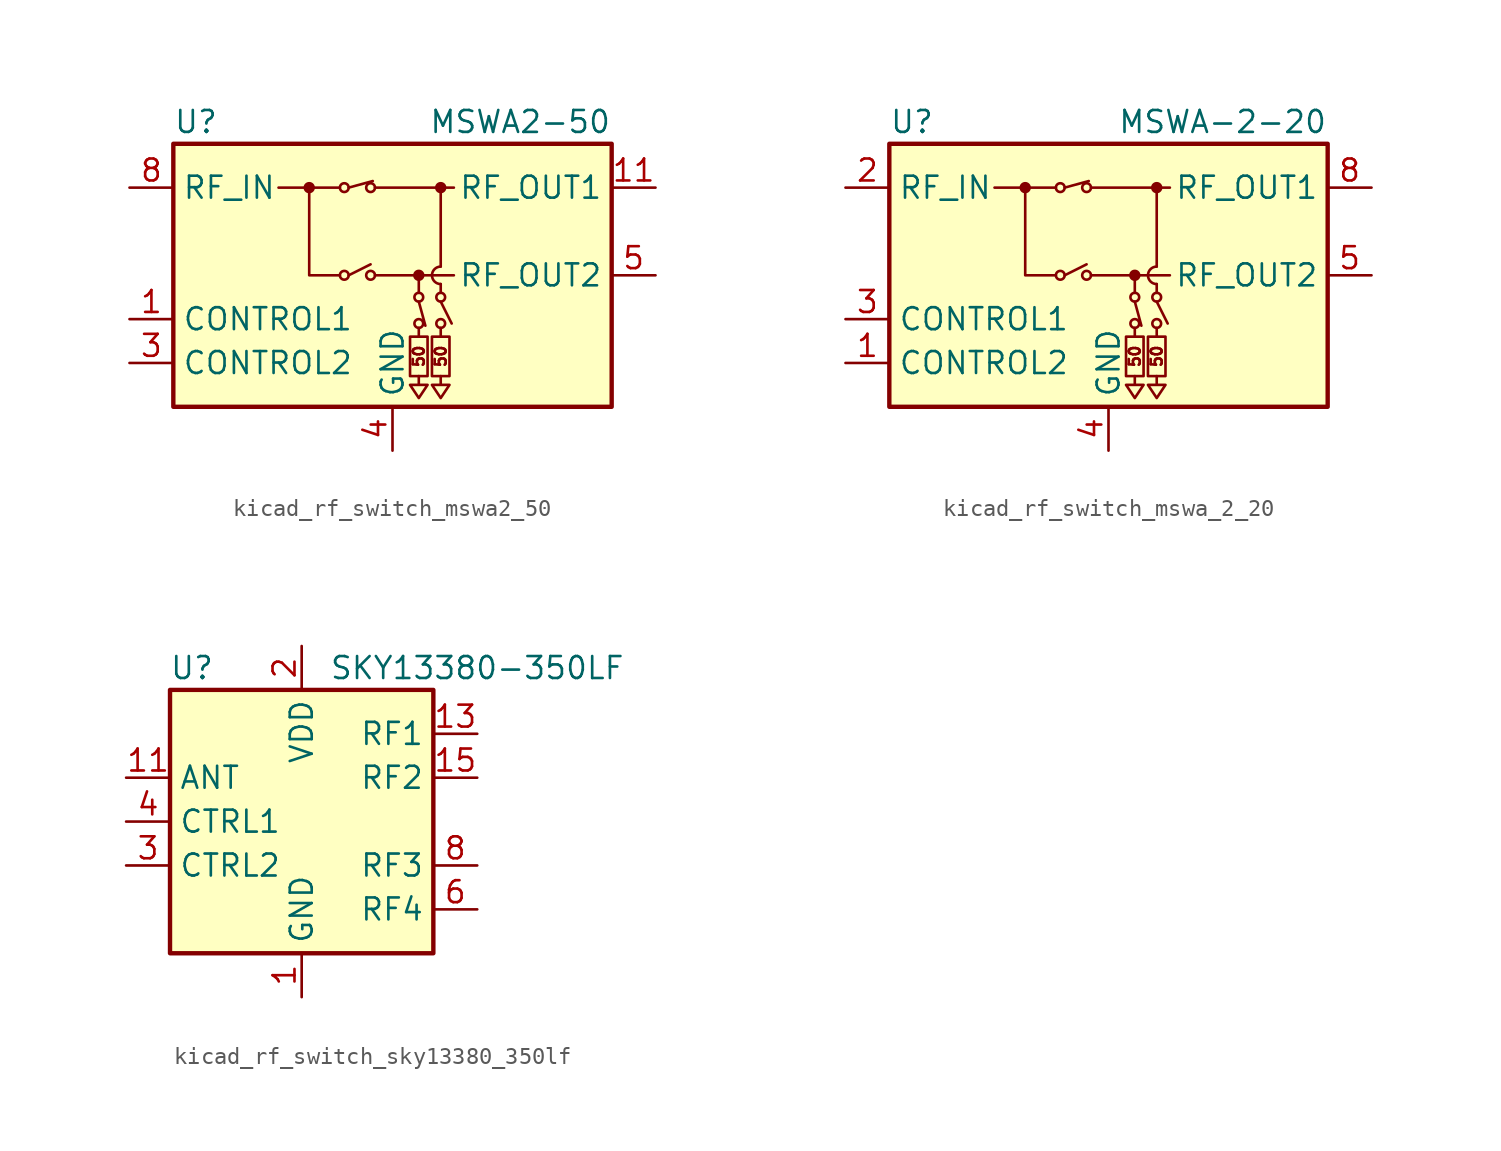
<source format=kicad_sym>
(kicad_symbol_lib
  (version 20220914)
  (generator kicad_symbol_editor)
  (symbol "kicad_rf_switch_mswa2_50"
    (property "Reference" "U"
      (at -12.7 8.89 0)
      (effects (font (size 1.27 1.27)) (justify left)))
    (property "Value" "MSWA2-50"
      (at 12.7 8.89 0)
      (effects (font (size 1.27 1.27)) (justify right)))
    (symbol "kicad_rf_switch_mswa2_50_0_0"
      (text "50" (at 1.524 -4.699 900) (effects (font (size 0.635 0.635))))
      (text "50" (at 2.794 -4.699 900) (effects (font (size 0.635 0.635)))))
    (symbol "kicad_rf_switch_mswa2_50_0_1"
      (rectangle (start -12.7 7.62) (end 12.7 -7.62) (stroke (width 0.254) (type default)) (fill (type background)))
      (circle (center -4.826 5.08) (radius 0.254) (stroke (width 0) (type default)) (fill (type outline)))
      (circle (center -2.794 0) (radius 0.254) (stroke (width 0) (type default)) (fill (type none)))
      (circle (center -2.794 5.08) (radius 0.254) (stroke (width 0) (type default)) (fill (type none)))
      (circle (center -1.27 0) (radius 0.254) (stroke (width 0) (type default)) (fill (type none)))
      (circle (center -1.27 5.08) (radius 0.254) (stroke (width 0) (type default)) (fill (type none)))
      (polyline (pts (xy -3.048 5.08) (xy -6.604 5.08)) (stroke (width 0) (type default)) (fill (type none)))
      (polyline (pts (xy -2.54 0) (xy -1.27 0.635)) (stroke (width 0) (type default)) (fill (type none)))
      (polyline (pts (xy -2.54 5.08) (xy -1.143 5.461)) (stroke (width 0) (type default)) (fill (type none)))
      (polyline (pts (xy -1.016 0) (xy 3.556 0)) (stroke (width 0) (type default)) (fill (type none)))
      (polyline (pts (xy -1.016 5.08) (xy 3.556 5.08)) (stroke (width 0) (type default)) (fill (type none)))
      (polyline (pts (xy 1.524 -3.048) (xy 1.524 -3.556)) (stroke (width 0) (type default)) (fill (type none)))
      (polyline (pts (xy 1.524 -1.524) (xy 1.905 -2.921)) (stroke (width 0) (type default)) (fill (type none)))
      (polyline (pts (xy 1.524 -1.016) (xy 1.524 0)) (stroke (width 0) (type default)) (fill (type none)))
      (polyline (pts (xy 2.794 -3.048) (xy 2.794 -3.556)) (stroke (width 0) (type default)) (fill (type none)))
      (polyline (pts (xy 2.794 -1.524) (xy 3.429 -2.794)) (stroke (width 0) (type default)) (fill (type none)))
      (polyline (pts (xy 2.794 -0.508) (xy 2.794 -1.016)) (stroke (width 0) (type default)) (fill (type none)))
      (polyline (pts (xy 2.794 5.08) (xy 2.794 0.508)) (stroke (width 0) (type default)) (fill (type none)))
      (polyline (pts (xy -4.826 5.08) (xy -4.826 0) (xy -3.048 0)) (stroke (width 0) (type default)) (fill (type none)))
      (polyline (pts (xy 1.524 -5.842) (xy 1.524 -6.35) (xy 1.016 -6.35) (xy 1.524 -7.112) (xy 2.032 -6.35) (xy 1.524 -6.35)) (stroke (width 0) (type default)) (fill (type none)))
      (polyline (pts (xy 2.794 -5.842) (xy 2.794 -6.35) (xy 2.286 -6.35) (xy 2.794 -7.112) (xy 3.302 -6.35) (xy 2.794 -6.35)) (stroke (width 0) (type default)) (fill (type none)))
      (rectangle (start 1.016 -3.556) (end 2.032 -5.842) (stroke (width 0) (type default)) (fill (type none)))
      (circle (center 1.524 -2.794) (radius 0.254) (stroke (width 0) (type default)) (fill (type none)))
      (circle (center 1.524 -1.27) (radius 0.254) (stroke (width 0) (type default)) (fill (type none)))
      (circle (center 1.524 0) (radius 0.254) (stroke (width 0) (type default)) (fill (type outline)))
      (rectangle (start 2.286 -3.556) (end 3.302 -5.842) (stroke (width 0) (type default)) (fill (type none)))
      (circle (center 2.794 -2.794) (radius 0.254) (stroke (width 0) (type default)) (fill (type none)))
      (circle (center 2.794 -1.27) (radius 0.254) (stroke (width 0) (type default)) (fill (type none)))
      (arc (start 2.794 0.508) (mid 2.2882 0) (end 2.794 -0.508) (stroke (width 0) (type default)) (fill (type none)))
      (circle (center 2.794 5.08) (radius 0.254) (stroke (width 0) (type default)) (fill (type outline))))
    (symbol "kicad_rf_switch_mswa2_50_1_1"
      (pin input line (at -15.24 -2.54 0) (length 2.54) (name "CONTROL1" (effects (font (size 1.27 1.27)))) (number "1" (effects (font (size 1.27 1.27)))))
      (pin passive line (at 0 -10.16 90) (length 2.54) hide (name "GND" (effects (font (size 1.27 1.27)))) (number "10" (effects (font (size 1.27 1.27)))))
      (pin passive line (at 15.24 5.08 180) (length 2.54) (name "RF_OUT1" (effects (font (size 1.27 1.27)))) (number "11" (effects (font (size 1.27 1.27)))))
      (pin passive line (at 0 -10.16 90) (length 2.54) hide (name "GND" (effects (font (size 1.27 1.27)))) (number "12" (effects (font (size 1.27 1.27)))))
      (pin passive line (at 0 -10.16 90) (length 2.54) hide (name "GND" (effects (font (size 1.27 1.27)))) (number "13" (effects (font (size 1.27 1.27)))))
      (pin no_connect line (at 12.7 -5.08 180) (length 2.54) hide (name "NC" (effects (font (size 1.27 1.27)))) (number "2" (effects (font (size 1.27 1.27)))))
      (pin input line (at -15.24 -5.08 0) (length 2.54) (name "CONTROL2" (effects (font (size 1.27 1.27)))) (number "3" (effects (font (size 1.27 1.27)))))
      (pin power_in line (at 0 -10.16 90) (length 2.54) (name "GND" (effects (font (size 1.27 1.27)))) (number "4" (effects (font (size 1.27 1.27)))))
      (pin passive line (at 15.24 0 180) (length 2.54) (name "RF_OUT2" (effects (font (size 1.27 1.27)))) (number "5" (effects (font (size 1.27 1.27)))))
      (pin passive line (at 0 -10.16 90) (length 2.54) hide (name "GND" (effects (font (size 1.27 1.27)))) (number "6" (effects (font (size 1.27 1.27)))))
      (pin passive line (at 0 -10.16 90) (length 2.54) hide (name "GND" (effects (font (size 1.27 1.27)))) (number "7" (effects (font (size 1.27 1.27)))))
      (pin passive line (at -15.24 5.08 0) (length 2.54) (name "RF_IN" (effects (font (size 1.27 1.27)))) (number "8" (effects (font (size 1.27 1.27)))))
      (pin passive line (at 0 -10.16 90) (length 2.54) hide (name "GND" (effects (font (size 1.27 1.27)))) (number "9" (effects (font (size 1.27 1.27)))))))
  (symbol "kicad_rf_switch_mswa_2_20"
    (property "Reference" "U"
      (at -12.7 8.89 0)
      (effects (font (size 1.27 1.27)) (justify left)))
    (property "Value" "MSWA-2-20"
      (at 12.7 8.89 0)
      (effects (font (size 1.27 1.27)) (justify right)))
    (symbol "kicad_rf_switch_mswa_2_20_0_0"
      (text "50" (at 1.524 -4.699 900) (effects (font (size 0.635 0.635))))
      (text "50" (at 2.794 -4.699 900) (effects (font (size 0.635 0.635)))))
    (symbol "kicad_rf_switch_mswa_2_20_0_1"
      (rectangle (start -12.7 7.62) (end 12.7 -7.62) (stroke (width 0.254) (type default)) (fill (type background)))
      (circle (center -4.826 5.08) (radius 0.254) (stroke (width 0) (type default)) (fill (type outline)))
      (circle (center -2.794 0) (radius 0.254) (stroke (width 0) (type default)) (fill (type none)))
      (circle (center -2.794 5.08) (radius 0.254) (stroke (width 0) (type default)) (fill (type none)))
      (circle (center -1.27 0) (radius 0.254) (stroke (width 0) (type default)) (fill (type none)))
      (circle (center -1.27 5.08) (radius 0.254) (stroke (width 0) (type default)) (fill (type none)))
      (polyline (pts (xy -3.048 5.08) (xy -6.604 5.08)) (stroke (width 0) (type default)) (fill (type none)))
      (polyline (pts (xy -2.54 0) (xy -1.27 0.635)) (stroke (width 0) (type default)) (fill (type none)))
      (polyline (pts (xy -2.54 5.08) (xy -1.143 5.461)) (stroke (width 0) (type default)) (fill (type none)))
      (polyline (pts (xy -1.016 0) (xy 3.556 0)) (stroke (width 0) (type default)) (fill (type none)))
      (polyline (pts (xy -1.016 5.08) (xy 3.556 5.08)) (stroke (width 0) (type default)) (fill (type none)))
      (polyline (pts (xy 1.524 -3.048) (xy 1.524 -3.556)) (stroke (width 0) (type default)) (fill (type none)))
      (polyline (pts (xy 1.524 -1.524) (xy 1.905 -2.921)) (stroke (width 0) (type default)) (fill (type none)))
      (polyline (pts (xy 1.524 -1.016) (xy 1.524 0)) (stroke (width 0) (type default)) (fill (type none)))
      (polyline (pts (xy 2.794 -3.048) (xy 2.794 -3.556)) (stroke (width 0) (type default)) (fill (type none)))
      (polyline (pts (xy 2.794 -1.524) (xy 3.429 -2.794)) (stroke (width 0) (type default)) (fill (type none)))
      (polyline (pts (xy 2.794 -0.508) (xy 2.794 -1.016)) (stroke (width 0) (type default)) (fill (type none)))
      (polyline (pts (xy 2.794 5.08) (xy 2.794 0.508)) (stroke (width 0) (type default)) (fill (type none)))
      (polyline (pts (xy -4.826 5.08) (xy -4.826 0) (xy -3.048 0)) (stroke (width 0) (type default)) (fill (type none)))
      (polyline (pts (xy 1.524 -5.842) (xy 1.524 -6.35) (xy 1.016 -6.35) (xy 1.524 -7.112) (xy 2.032 -6.35) (xy 1.524 -6.35)) (stroke (width 0) (type default)) (fill (type none)))
      (polyline (pts (xy 2.794 -5.842) (xy 2.794 -6.35) (xy 2.286 -6.35) (xy 2.794 -7.112) (xy 3.302 -6.35) (xy 2.794 -6.35)) (stroke (width 0) (type default)) (fill (type none)))
      (rectangle (start 1.016 -3.556) (end 2.032 -5.842) (stroke (width 0) (type default)) (fill (type none)))
      (circle (center 1.524 -2.794) (radius 0.254) (stroke (width 0) (type default)) (fill (type none)))
      (circle (center 1.524 -1.27) (radius 0.254) (stroke (width 0) (type default)) (fill (type none)))
      (circle (center 1.524 0) (radius 0.254) (stroke (width 0) (type default)) (fill (type outline)))
      (rectangle (start 2.286 -3.556) (end 3.302 -5.842) (stroke (width 0) (type default)) (fill (type none)))
      (circle (center 2.794 -2.794) (radius 0.254) (stroke (width 0) (type default)) (fill (type none)))
      (circle (center 2.794 -1.27) (radius 0.254) (stroke (width 0) (type default)) (fill (type none)))
      (arc (start 2.794 0.508) (mid 2.2882 0) (end 2.794 -0.508) (stroke (width 0) (type default)) (fill (type none)))
      (circle (center 2.794 5.08) (radius 0.254) (stroke (width 0) (type default)) (fill (type outline))))
    (symbol "kicad_rf_switch_mswa_2_20_1_1"
      (pin input line (at -15.24 -5.08 0) (length 2.54) (name "CONTROL2" (effects (font (size 1.27 1.27)))) (number "1" (effects (font (size 1.27 1.27)))))
      (pin passive line (at -15.24 5.08 0) (length 2.54) (name "RF_IN" (effects (font (size 1.27 1.27)))) (number "2" (effects (font (size 1.27 1.27)))))
      (pin input line (at -15.24 -2.54 0) (length 2.54) (name "CONTROL1" (effects (font (size 1.27 1.27)))) (number "3" (effects (font (size 1.27 1.27)))))
      (pin power_in line (at 0 -10.16 90) (length 2.54) (name "GND" (effects (font (size 1.27 1.27)))) (number "4" (effects (font (size 1.27 1.27)))))
      (pin passive line (at 15.24 0 180) (length 2.54) (name "RF_OUT2" (effects (font (size 1.27 1.27)))) (number "5" (effects (font (size 1.27 1.27)))))
      (pin passive line (at 0 -10.16 90) (length 2.54) hide (name "GND" (effects (font (size 1.27 1.27)))) (number "6" (effects (font (size 1.27 1.27)))))
      (pin passive line (at 0 -10.16 90) (length 2.54) hide (name "GND" (effects (font (size 1.27 1.27)))) (number "7" (effects (font (size 1.27 1.27)))))
      (pin passive line (at 15.24 5.08 180) (length 2.54) (name "RF_OUT1" (effects (font (size 1.27 1.27)))) (number "8" (effects (font (size 1.27 1.27)))))))
  (symbol "kicad_rf_switch_sky13380_350lf"
    (property "Reference" "U"
      (at -6.35 8.89 0)
      (effects (font (size 1.27 1.27))))
    (property "Value" "SKY13380-350LF"
      (at 10.16 8.89 0)
      (effects (font (size 1.27 1.27))))
    (symbol "kicad_rf_switch_sky13380_350lf_0_1"
      (rectangle (start -7.62 7.62) (end 7.62 -7.62) (stroke (width 0.254) (type default)) (fill (type background))))
    (symbol "kicad_rf_switch_sky13380_350lf_1_1"
      (pin power_in line (at 0 -10.16 90) (length 2.54) (name "GND" (effects (font (size 1.27 1.27)))) (number "1" (effects (font (size 1.27 1.27)))))
      (pin passive line (at 0 -10.16 90) (length 2.54) hide (name "GND" (effects (font (size 1.27 1.27)))) (number "10" (effects (font (size 1.27 1.27)))))
      (pin passive line (at -10.16 2.54 0) (length 2.54) (name "ANT" (effects (font (size 1.27 1.27)))) (number "11" (effects (font (size 1.27 1.27)))))
      (pin passive line (at 0 -10.16 90) (length 2.54) hide (name "GND" (effects (font (size 1.27 1.27)))) (number "12" (effects (font (size 1.27 1.27)))))
      (pin passive line (at 10.16 5.08 180) (length 2.54) (name "RF1" (effects (font (size 1.27 1.27)))) (number "13" (effects (font (size 1.27 1.27)))))
      (pin passive line (at 0 -10.16 90) (length 2.54) hide (name "GND" (effects (font (size 1.27 1.27)))) (number "14" (effects (font (size 1.27 1.27)))))
      (pin passive line (at 10.16 2.54 180) (length 2.54) (name "RF2" (effects (font (size 1.27 1.27)))) (number "15" (effects (font (size 1.27 1.27)))))
      (pin no_connect line (at 7.62 0 180) (length 2.54) hide (name "NC" (effects (font (size 1.27 1.27)))) (number "16" (effects (font (size 1.27 1.27)))))
      (pin power_in line (at 0 10.16 270) (length 2.54) (name "VDD" (effects (font (size 1.27 1.27)))) (number "2" (effects (font (size 1.27 1.27)))))
      (pin input line (at -10.16 -2.54 0) (length 2.54) (name "CTRL2" (effects (font (size 1.27 1.27)))) (number "3" (effects (font (size 1.27 1.27)))))
      (pin input line (at -10.16 0 0) (length 2.54) (name "CTRL1" (effects (font (size 1.27 1.27)))) (number "4" (effects (font (size 1.27 1.27)))))
      (pin passive line (at 0 -10.16 90) (length 2.54) hide (name "GND" (effects (font (size 1.27 1.27)))) (number "5" (effects (font (size 1.27 1.27)))))
      (pin passive line (at 10.16 -5.08 180) (length 2.54) (name "RF4" (effects (font (size 1.27 1.27)))) (number "6" (effects (font (size 1.27 1.27)))))
      (pin passive line (at 0 -10.16 90) (length 2.54) hide (name "GND" (effects (font (size 1.27 1.27)))) (number "7" (effects (font (size 1.27 1.27)))))
      (pin passive line (at 10.16 -2.54 180) (length 2.54) (name "RF3" (effects (font (size 1.27 1.27)))) (number "8" (effects (font (size 1.27 1.27)))))
      (pin passive line (at 0 -10.16 90) (length 2.54) hide (name "GND" (effects (font (size 1.27 1.27)))) (number "9" (effects (font (size 1.27 1.27))))))))
</source>
